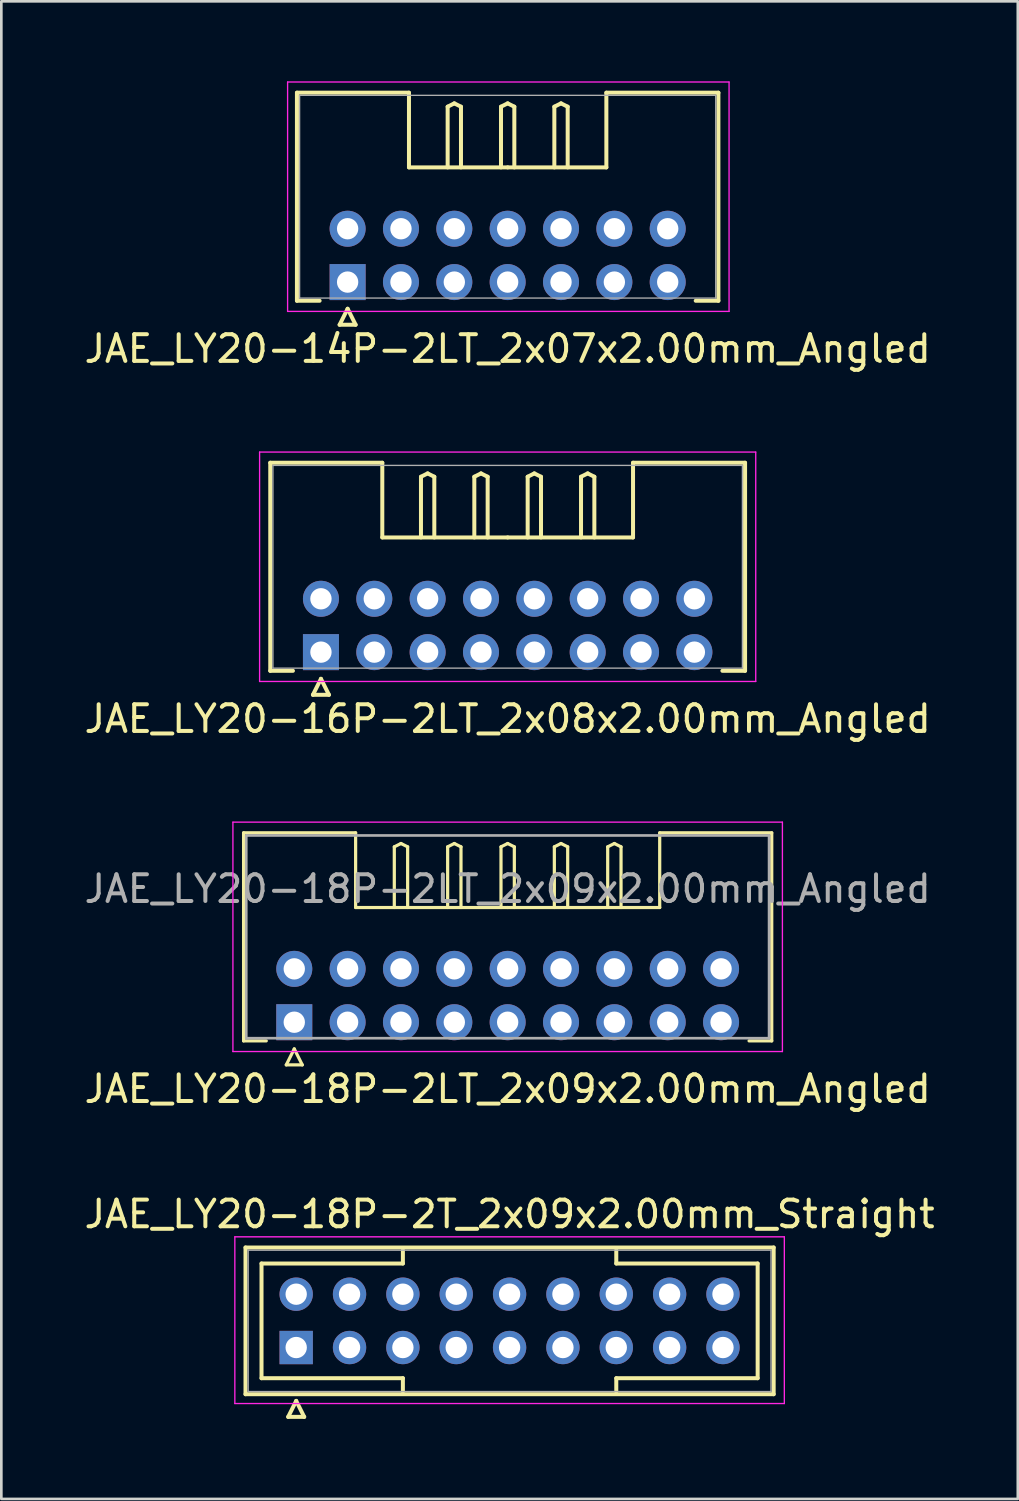
<source format=kicad_pcb>
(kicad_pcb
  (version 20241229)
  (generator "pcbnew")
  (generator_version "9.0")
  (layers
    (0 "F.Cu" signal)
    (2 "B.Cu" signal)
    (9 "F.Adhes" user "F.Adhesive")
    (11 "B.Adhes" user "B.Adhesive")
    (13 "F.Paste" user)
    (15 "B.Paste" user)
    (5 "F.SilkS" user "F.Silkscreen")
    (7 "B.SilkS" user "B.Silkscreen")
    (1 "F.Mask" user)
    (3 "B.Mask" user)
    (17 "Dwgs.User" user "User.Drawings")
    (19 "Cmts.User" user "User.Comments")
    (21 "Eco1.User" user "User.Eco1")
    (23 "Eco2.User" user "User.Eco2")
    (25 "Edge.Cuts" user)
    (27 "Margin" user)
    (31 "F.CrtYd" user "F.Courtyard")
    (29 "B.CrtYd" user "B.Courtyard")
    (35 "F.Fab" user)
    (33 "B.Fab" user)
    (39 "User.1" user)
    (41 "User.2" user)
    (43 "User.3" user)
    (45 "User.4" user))
  (footprint "JAE_LY20-14P-2LT_2x07x2.00mm_Angled"
    (layer "F.Cu")
    (at 9.982 7.525)
    (property "Reference" "JAE_LY20-14P-2LT_2x07x2.00mm_Angled" (at 6 2.5 0) (layer "F.SilkS") (effects (font (size 1 1) (thickness 0.15))))
    (attr through_hole)
    (fp_line (start -1.9 -7.1) (end 2.3 -7.1) (stroke (width 0.15) (type solid)) (layer "F.SilkS"))
    (fp_line (start -1.9 0.7) (end -1.9 -7.1) (stroke (width 0.15) (type solid)) (layer "F.SilkS"))
    (fp_line (start -1.05 0.7) (end -1.9 0.7) (stroke (width 0.15) (type solid)) (layer "F.SilkS"))
    (fp_line (start -0.3 1.6) (end 0.3 1.6) (stroke (width 0.15) (type solid)) (layer "F.SilkS"))
    (fp_line (start 0 1) (end -0.3 1.6) (stroke (width 0.15) (type solid)) (layer "F.SilkS"))
    (fp_line (start 0.3 1.6) (end 0 1) (stroke (width 0.15) (type solid)) (layer "F.SilkS"))
    (fp_line (start 2.3 -7.1) (end 2.3 -4.3) (stroke (width 0.15) (type solid)) (layer "F.SilkS"))
    (fp_line (start 2.3 -4.3) (end 6 -4.3) (stroke (width 0.15) (type solid)) (layer "F.SilkS"))
    (fp_line (start 3.75 -6.575) (end 4 -6.7) (stroke (width 0.15) (type solid)) (layer "F.SilkS"))
    (fp_line (start 3.75 -4.3) (end 3.75 -6.575) (stroke (width 0.15) (type solid)) (layer "F.SilkS"))
    (fp_line (start 4 -6.7) (end 4.25 -6.575) (stroke (width 0.15) (type solid)) (layer "F.SilkS"))
    (fp_line (start 4.25 -6.575) (end 4.25 -4.3) (stroke (width 0.15) (type solid)) (layer "F.SilkS"))
    (fp_line (start 5.75 -6.575) (end 6 -6.7) (stroke (width 0.15) (type solid)) (layer "F.SilkS"))
    (fp_line (start 5.75 -4.3) (end 5.75 -6.575) (stroke (width 0.15) (type solid)) (layer "F.SilkS"))
    (fp_line (start 6 -6.7) (end 6.25 -6.575) (stroke (width 0.15) (type solid)) (layer "F.SilkS"))
    (fp_line (start 6.25 -6.575) (end 6.25 -4.3) (stroke (width 0.15) (type solid)) (layer "F.SilkS"))
    (fp_line (start 7.75 -6.575) (end 8 -6.7) (stroke (width 0.15) (type solid)) (layer "F.SilkS"))
    (fp_line (start 7.75 -4.3) (end 7.75 -6.575) (stroke (width 0.15) (type solid)) (layer "F.SilkS"))
    (fp_line (start 8 -6.7) (end 8.25 -6.575) (stroke (width 0.15) (type solid)) (layer "F.SilkS"))
    (fp_line (start 8.25 -6.575) (end 8.25 -4.3) (stroke (width 0.15) (type solid)) (layer "F.SilkS"))
    (fp_line (start 9.7 -7.1) (end 9.7 -4.3) (stroke (width 0.15) (type solid)) (layer "F.SilkS"))
    (fp_line (start 9.7 -4.3) (end 6 -4.3) (stroke (width 0.15) (type solid)) (layer "F.SilkS"))
    (fp_line (start 13.05 0.7) (end 13.9 0.7) (stroke (width 0.15) (type solid)) (layer "F.SilkS"))
    (fp_line (start 13.9 -7.1) (end 9.7 -7.1) (stroke (width 0.15) (type solid)) (layer "F.SilkS"))
    (fp_line (start 13.9 0.7) (end 13.9 -7.1) (stroke (width 0.15) (type solid)) (layer "F.SilkS"))
    (fp_line (start -2.25 -7.5) (end -2.25 1.1) (stroke (width 0.05) (type solid)) (layer "F.CrtYd"))
    (fp_line (start -2.25 1.1) (end 14.3 1.1) (stroke (width 0.05) (type solid)) (layer "F.CrtYd"))
    (fp_line (start 14.3 -7.5) (end -2.25 -7.5) (stroke (width 0.05) (type solid)) (layer "F.CrtYd"))
    (fp_line (start 14.3 1.1) (end 14.3 -7.5) (stroke (width 0.05) (type solid)) (layer "F.CrtYd"))
    (fp_line (start -1.8 -7) (end -1.8 0.6) (stroke (width 0.05) (type solid)) (layer "F.Fab"))
    (fp_line (start -1.8 0.6) (end 13.8 0.6) (stroke (width 0.05) (type solid)) (layer "F.Fab"))
    (fp_line (start 13.8 -7) (end -1.8 -7) (stroke (width 0.05) (type solid)) (layer "F.Fab"))
    (fp_line (start 13.8 0.6) (end 13.8 -7) (stroke (width 0.05) (type solid)) (layer "F.Fab"))
    (pad "1" thru_hole rect (at 0 0) (size 1.35 1.35) (drill 0.8) (layers "*.Cu" "*.Mask"))
    (pad "2" thru_hole circle (at 2 0) (size 1.35 1.35) (drill 0.8) (layers "*.Cu" "*.Mask"))
    (pad "3" thru_hole circle (at 4 0) (size 1.35 1.35) (drill 0.8) (layers "*.Cu" "*.Mask"))
    (pad "4" thru_hole circle (at 6 0) (size 1.35 1.35) (drill 0.8) (layers "*.Cu" "*.Mask"))
    (pad "5" thru_hole circle (at 8 0) (size 1.35 1.35) (drill 0.8) (layers "*.Cu" "*.Mask"))
    (pad "6" thru_hole circle (at 10 0) (size 1.35 1.35) (drill 0.8) (layers "*.Cu" "*.Mask"))
    (pad "7" thru_hole circle (at 12 0) (size 1.35 1.35) (drill 0.8) (layers "*.Cu" "*.Mask"))
    (pad "8" thru_hole circle (at 0 -2) (size 1.35 1.35) (drill 0.8) (layers "*.Cu" "*.Mask"))
    (pad "9" thru_hole circle (at 2 -2) (size 1.35 1.35) (drill 0.8) (layers "*.Cu" "*.Mask"))
    (pad "10" thru_hole circle (at 4 -2) (size 1.35 1.35) (drill 0.8) (layers "*.Cu" "*.Mask"))
    (pad "11" thru_hole circle (at 6 -2) (size 1.35 1.35) (drill 0.8) (layers "*.Cu" "*.Mask"))
    (pad "12" thru_hole circle (at 8 -2) (size 1.35 1.35) (drill 0.8) (layers "*.Cu" "*.Mask"))
    (pad "13" thru_hole circle (at 10 -2) (size 1.35 1.35) (drill 0.8) (layers "*.Cu" "*.Mask"))
    (pad "14" thru_hole circle (at 12 -2) (size 1.35 1.35) (drill 0.8) (layers "*.Cu" "*.Mask")))
  (footprint "JAE_LY20-16P-2LT_2x08x2.00mm_Angled"
    (layer "F.Cu")
    (at 8.982 21.398)
    (property "Reference" "JAE_LY20-16P-2LT_2x08x2.00mm_Angled" (at 7 2.5 0) (layer "F.SilkS") (effects (font (size 1 1) (thickness 0.15))))
    (attr through_hole)
    (fp_line (start -1.9 -7.1) (end 2.3 -7.1) (stroke (width 0.15) (type solid)) (layer "F.SilkS"))
    (fp_line (start -1.9 0.7) (end -1.9 -7.1) (stroke (width 0.15) (type solid)) (layer "F.SilkS"))
    (fp_line (start -1.05 0.7) (end -1.9 0.7) (stroke (width 0.15) (type solid)) (layer "F.SilkS"))
    (fp_line (start -0.3 1.6) (end 0.3 1.6) (stroke (width 0.15) (type solid)) (layer "F.SilkS"))
    (fp_line (start 0 1) (end -0.3 1.6) (stroke (width 0.15) (type solid)) (layer "F.SilkS"))
    (fp_line (start 0.3 1.6) (end 0 1) (stroke (width 0.15) (type solid)) (layer "F.SilkS"))
    (fp_line (start 2.3 -7.1) (end 2.3 -4.3) (stroke (width 0.15) (type solid)) (layer "F.SilkS"))
    (fp_line (start 2.3 -4.3) (end 7 -4.3) (stroke (width 0.15) (type solid)) (layer "F.SilkS"))
    (fp_line (start 3.75 -6.575) (end 4 -6.7) (stroke (width 0.15) (type solid)) (layer "F.SilkS"))
    (fp_line (start 3.75 -4.3) (end 3.75 -6.575) (stroke (width 0.15) (type solid)) (layer "F.SilkS"))
    (fp_line (start 4 -6.7) (end 4.25 -6.575) (stroke (width 0.15) (type solid)) (layer "F.SilkS"))
    (fp_line (start 4.25 -6.575) (end 4.25 -4.3) (stroke (width 0.15) (type solid)) (layer "F.SilkS"))
    (fp_line (start 5.75 -6.575) (end 6 -6.7) (stroke (width 0.15) (type solid)) (layer "F.SilkS"))
    (fp_line (start 5.75 -4.3) (end 5.75 -6.575) (stroke (width 0.15) (type solid)) (layer "F.SilkS"))
    (fp_line (start 6 -6.7) (end 6.25 -6.575) (stroke (width 0.15) (type solid)) (layer "F.SilkS"))
    (fp_line (start 6.25 -6.575) (end 6.25 -4.3) (stroke (width 0.15) (type solid)) (layer "F.SilkS"))
    (fp_line (start 7.75 -6.575) (end 8 -6.7) (stroke (width 0.15) (type solid)) (layer "F.SilkS"))
    (fp_line (start 7.75 -4.3) (end 7.75 -6.575) (stroke (width 0.15) (type solid)) (layer "F.SilkS"))
    (fp_line (start 8 -6.7) (end 8.25 -6.575) (stroke (width 0.15) (type solid)) (layer "F.SilkS"))
    (fp_line (start 8.25 -6.575) (end 8.25 -4.3) (stroke (width 0.15) (type solid)) (layer "F.SilkS"))
    (fp_line (start 9.75 -6.575) (end 10 -6.7) (stroke (width 0.15) (type solid)) (layer "F.SilkS"))
    (fp_line (start 9.75 -4.3) (end 9.75 -6.575) (stroke (width 0.15) (type solid)) (layer "F.SilkS"))
    (fp_line (start 10 -6.7) (end 10.25 -6.575) (stroke (width 0.15) (type solid)) (layer "F.SilkS"))
    (fp_line (start 10.25 -6.575) (end 10.25 -4.3) (stroke (width 0.15) (type solid)) (layer "F.SilkS"))
    (fp_line (start 11.7 -7.1) (end 11.7 -4.3) (stroke (width 0.15) (type solid)) (layer "F.SilkS"))
    (fp_line (start 11.7 -4.3) (end 7 -4.3) (stroke (width 0.15) (type solid)) (layer "F.SilkS"))
    (fp_line (start 15.05 0.7) (end 15.9 0.7) (stroke (width 0.15) (type solid)) (layer "F.SilkS"))
    (fp_line (start 15.9 -7.1) (end 11.7 -7.1) (stroke (width 0.15) (type solid)) (layer "F.SilkS"))
    (fp_line (start 15.9 0.7) (end 15.9 -7.1) (stroke (width 0.15) (type solid)) (layer "F.SilkS"))
    (fp_line (start -2.3 -7.5) (end -2.3 1.1) (stroke (width 0.05) (type solid)) (layer "F.CrtYd"))
    (fp_line (start -2.3 1.1) (end 16.3 1.1) (stroke (width 0.05) (type solid)) (layer "F.CrtYd"))
    (fp_line (start 16.3 -7.5) (end -2.3 -7.5) (stroke (width 0.05) (type solid)) (layer "F.CrtYd"))
    (fp_line (start 16.3 1.1) (end 16.3 -7.5) (stroke (width 0.05) (type solid)) (layer "F.CrtYd"))
    (fp_line (start -1.8 -7) (end -1.8 0.6) (stroke (width 0.05) (type solid)) (layer "F.Fab"))
    (fp_line (start -1.8 0.6) (end 15.8 0.6) (stroke (width 0.05) (type solid)) (layer "F.Fab"))
    (fp_line (start 15.8 -7) (end -1.8 -7) (stroke (width 0.05) (type solid)) (layer "F.Fab"))
    (fp_line (start 15.8 0.6) (end 15.8 -7) (stroke (width 0.05) (type solid)) (layer "F.Fab"))
    (pad "1" thru_hole rect (at 0 0) (size 1.35 1.35) (drill 0.8) (layers "*.Cu" "*.Mask"))
    (pad "2" thru_hole circle (at 2 0) (size 1.35 1.35) (drill 0.8) (layers "*.Cu" "*.Mask"))
    (pad "3" thru_hole circle (at 4 0) (size 1.35 1.35) (drill 0.8) (layers "*.Cu" "*.Mask"))
    (pad "4" thru_hole circle (at 6 0) (size 1.35 1.35) (drill 0.8) (layers "*.Cu" "*.Mask"))
    (pad "5" thru_hole circle (at 8 0) (size 1.35 1.35) (drill 0.8) (layers "*.Cu" "*.Mask"))
    (pad "6" thru_hole circle (at 10 0) (size 1.35 1.35) (drill 0.8) (layers "*.Cu" "*.Mask"))
    (pad "7" thru_hole circle (at 12 0) (size 1.35 1.35) (drill 0.8) (layers "*.Cu" "*.Mask"))
    (pad "8" thru_hole circle (at 14 0) (size 1.35 1.35) (drill 0.8) (layers "*.Cu" "*.Mask"))
    (pad "9" thru_hole circle (at 0 -2) (size 1.35 1.35) (drill 0.8) (layers "*.Cu" "*.Mask"))
    (pad "10" thru_hole circle (at 2 -2) (size 1.35 1.35) (drill 0.8) (layers "*.Cu" "*.Mask"))
    (pad "11" thru_hole circle (at 4 -2) (size 1.35 1.35) (drill 0.8) (layers "*.Cu" "*.Mask"))
    (pad "12" thru_hole circle (at 6 -2) (size 1.35 1.35) (drill 0.8) (layers "*.Cu" "*.Mask"))
    (pad "13" thru_hole circle (at 8 -2) (size 1.35 1.35) (drill 0.8) (layers "*.Cu" "*.Mask"))
    (pad "14" thru_hole circle (at 10 -2) (size 1.35 1.35) (drill 0.8) (layers "*.Cu" "*.Mask"))
    (pad "15" thru_hole circle (at 12 -2) (size 1.35 1.35) (drill 0.8) (layers "*.Cu" "*.Mask"))
    (pad "16" thru_hole circle (at 14 -2) (size 1.35 1.35) (drill 0.8) (layers "*.Cu" "*.Mask")))
  (footprint "JAE_LY20-18P-2T_2x09x2.00mm_Straight"
    (layer "F.Cu")
    (at 8.054 47.468)
    (property "Reference" "JAE_LY20-18P-2T_2x09x2.00mm_Straight" (at 8 -5 0) (layer "F.SilkS") (effects (font (size 1 1) (thickness 0.15))))
    (attr through_hole)
    (fp_line (start -1.9 -3.75) (end -1.9 1.75) (stroke (width 0.15) (type solid)) (layer "F.SilkS"))
    (fp_line (start -1.9 1.75) (end 17.9 1.75) (stroke (width 0.15) (type solid)) (layer "F.SilkS"))
    (fp_line (start -1.3 -3.15) (end 4 -3.15) (stroke (width 0.15) (type solid)) (layer "F.SilkS"))
    (fp_line (start -1.3 1.15) (end -1.3 -3.15) (stroke (width 0.15) (type solid)) (layer "F.SilkS"))
    (fp_line (start -0.3 2.6) (end 0.3 2.6) (stroke (width 0.15) (type solid)) (layer "F.SilkS"))
    (fp_line (start 0 2) (end -0.3 2.6) (stroke (width 0.15) (type solid)) (layer "F.SilkS"))
    (fp_line (start 0.3 2.6) (end 0 2) (stroke (width 0.15) (type solid)) (layer "F.SilkS"))
    (fp_line (start 4 -3.15) (end 4 -3.65) (stroke (width 0.15) (type solid)) (layer "F.SilkS"))
    (fp_line (start 4 1.15) (end -1.3 1.15) (stroke (width 0.15) (type solid)) (layer "F.SilkS"))
    (fp_line (start 4 1.65) (end 4 1.15) (stroke (width 0.15) (type solid)) (layer "F.SilkS"))
    (fp_line (start 12 -3.15) (end 12 -3.65) (stroke (width 0.15) (type solid)) (layer "F.SilkS"))
    (fp_line (start 12 1.15) (end 17.3 1.15) (stroke (width 0.15) (type solid)) (layer "F.SilkS"))
    (fp_line (start 12 1.65) (end 12 1.15) (stroke (width 0.15) (type solid)) (layer "F.SilkS"))
    (fp_line (start 17.3 -3.15) (end 12 -3.15) (stroke (width 0.15) (type solid)) (layer "F.SilkS"))
    (fp_line (start 17.3 1.15) (end 17.3 -3.15) (stroke (width 0.15) (type solid)) (layer "F.SilkS"))
    (fp_line (start 17.9 -3.75) (end -1.9 -3.75) (stroke (width 0.15) (type solid)) (layer "F.SilkS"))
    (fp_line (start 17.9 1.75) (end 17.9 -3.75) (stroke (width 0.15) (type solid)) (layer "F.SilkS"))
    (fp_line (start -2.3 -4.15) (end -2.3 2.1) (stroke (width 0.05) (type solid)) (layer "F.CrtYd"))
    (fp_line (start -2.3 2.1) (end 18.3 2.1) (stroke (width 0.05) (type solid)) (layer "F.CrtYd"))
    (fp_line (start 18.3 -4.15) (end -2.3 -4.15) (stroke (width 0.05) (type solid)) (layer "F.CrtYd"))
    (fp_line (start 18.3 2.1) (end 18.3 -4.15) (stroke (width 0.05) (type solid)) (layer "F.CrtYd"))
    (fp_line (start -1.8 -3.65) (end -1.8 1.65) (stroke (width 0.05) (type solid)) (layer "F.Fab"))
    (fp_line (start -1.8 1.65) (end 17.8 1.65) (stroke (width 0.05) (type solid)) (layer "F.Fab"))
    (fp_line (start 17.8 -3.65) (end -1.8 -3.65) (stroke (width 0.05) (type solid)) (layer "F.Fab"))
    (fp_line (start 17.8 1.65) (end 17.8 -3.65) (stroke (width 0.05) (type solid)) (layer "F.Fab"))
    (pad "1" thru_hole rect (at 0 0) (size 1.25 1.25) (drill 0.8) (layers "*.Cu" "*.Mask"))
    (pad "2" thru_hole circle (at 2 0) (size 1.25 1.25) (drill 0.8) (layers "*.Cu" "*.Mask"))
    (pad "3" thru_hole circle (at 4 0) (size 1.25 1.25) (drill 0.8) (layers "*.Cu" "*.Mask"))
    (pad "4" thru_hole circle (at 6 0) (size 1.25 1.25) (drill 0.8) (layers "*.Cu" "*.Mask"))
    (pad "5" thru_hole circle (at 8 0) (size 1.25 1.25) (drill 0.8) (layers "*.Cu" "*.Mask"))
    (pad "6" thru_hole circle (at 10 0) (size 1.25 1.25) (drill 0.8) (layers "*.Cu" "*.Mask"))
    (pad "7" thru_hole circle (at 12 0) (size 1.25 1.25) (drill 0.8) (layers "*.Cu" "*.Mask"))
    (pad "8" thru_hole circle (at 14 0) (size 1.25 1.25) (drill 0.8) (layers "*.Cu" "*.Mask"))
    (pad "9" thru_hole circle (at 16 0) (size 1.25 1.25) (drill 0.8) (layers "*.Cu" "*.Mask"))
    (pad "10" thru_hole circle (at 0 -2) (size 1.25 1.25) (drill 0.8) (layers "*.Cu" "*.Mask"))
    (pad "11" thru_hole circle (at 2 -2) (size 1.25 1.25) (drill 0.8) (layers "*.Cu" "*.Mask"))
    (pad "12" thru_hole circle (at 4 -2) (size 1.25 1.25) (drill 0.8) (layers "*.Cu" "*.Mask"))
    (pad "13" thru_hole circle (at 6 -2) (size 1.25 1.25) (drill 0.8) (layers "*.Cu" "*.Mask"))
    (pad "14" thru_hole circle (at 8 -2) (size 1.25 1.25) (drill 0.8) (layers "*.Cu" "*.Mask"))
    (pad "15" thru_hole circle (at 10 -2) (size 1.25 1.25) (drill 0.8) (layers "*.Cu" "*.Mask"))
    (pad "16" thru_hole circle (at 12 -2) (size 1.25 1.25) (drill 0.8) (layers "*.Cu" "*.Mask"))
    (pad "17" thru_hole circle (at 14 -2) (size 1.25 1.25) (drill 0.8) (layers "*.Cu" "*.Mask"))
    (pad "18" thru_hole circle (at 16 -2) (size 1.25 1.25) (drill 0.8) (layers "*.Cu" "*.Mask")))
  (footprint "JAE_LY20-18P-2LT_2x09x2.00mm_Angled"
    (layer "F.Cu")
    (at 7.982 35.272)
    (property "Reference" "JAE_LY20-18P-2LT_2x09x2.00mm_Angled" (at 8 2.5 0) (layer "F.SilkS") (effects (font (size 1 1) (thickness 0.15))))
    (attr through_hole)
    (fp_line (start -1.9 -7.1) (end 2.3 -7.1) (stroke (width 0.12) (type solid)) (layer "F.SilkS"))
    (fp_line (start -1.9 0.7) (end -1.9 -7.1) (stroke (width 0.12) (type solid)) (layer "F.SilkS"))
    (fp_line (start -1.05 0.7) (end -1.9 0.7) (stroke (width 0.12) (type solid)) (layer "F.SilkS"))
    (fp_line (start -0.3 1.6) (end 0.3 1.6) (stroke (width 0.12) (type solid)) (layer "F.SilkS"))
    (fp_line (start 0 1) (end -0.3 1.6) (stroke (width 0.12) (type solid)) (layer "F.SilkS"))
    (fp_line (start 0.3 1.6) (end 0 1) (stroke (width 0.12) (type solid)) (layer "F.SilkS"))
    (fp_line (start 2.3 -7.1) (end 2.3 -4.3) (stroke (width 0.12) (type solid)) (layer "F.SilkS"))
    (fp_line (start 2.3 -4.3) (end 8 -4.3) (stroke (width 0.12) (type solid)) (layer "F.SilkS"))
    (fp_line (start 3.75 -6.575) (end 4 -6.7) (stroke (width 0.12) (type solid)) (layer "F.SilkS"))
    (fp_line (start 3.75 -4.3) (end 3.75 -6.575) (stroke (width 0.12) (type solid)) (layer "F.SilkS"))
    (fp_line (start 4 -6.7) (end 4.25 -6.575) (stroke (width 0.12) (type solid)) (layer "F.SilkS"))
    (fp_line (start 4.25 -6.575) (end 4.25 -4.3) (stroke (width 0.12) (type solid)) (layer "F.SilkS"))
    (fp_line (start 5.75 -6.575) (end 6 -6.7) (stroke (width 0.12) (type solid)) (layer "F.SilkS"))
    (fp_line (start 5.75 -4.3) (end 5.75 -6.575) (stroke (width 0.12) (type solid)) (layer "F.SilkS"))
    (fp_line (start 6 -6.7) (end 6.25 -6.575) (stroke (width 0.12) (type solid)) (layer "F.SilkS"))
    (fp_line (start 6.25 -6.575) (end 6.25 -4.3) (stroke (width 0.12) (type solid)) (layer "F.SilkS"))
    (fp_line (start 7.75 -6.575) (end 8 -6.7) (stroke (width 0.12) (type solid)) (layer "F.SilkS"))
    (fp_line (start 7.75 -4.3) (end 7.75 -6.575) (stroke (width 0.12) (type solid)) (layer "F.SilkS"))
    (fp_line (start 8 -6.7) (end 8.25 -6.575) (stroke (width 0.12) (type solid)) (layer "F.SilkS"))
    (fp_line (start 8.25 -6.575) (end 8.25 -4.3) (stroke (width 0.12) (type solid)) (layer "F.SilkS"))
    (fp_line (start 9.75 -6.575) (end 10 -6.7) (stroke (width 0.12) (type solid)) (layer "F.SilkS"))
    (fp_line (start 9.75 -4.3) (end 9.75 -6.575) (stroke (width 0.12) (type solid)) (layer "F.SilkS"))
    (fp_line (start 10 -6.7) (end 10.25 -6.575) (stroke (width 0.12) (type solid)) (layer "F.SilkS"))
    (fp_line (start 10.25 -6.575) (end 10.25 -4.3) (stroke (width 0.12) (type solid)) (layer "F.SilkS"))
    (fp_line (start 11.75 -6.575) (end 12 -6.7) (stroke (width 0.12) (type solid)) (layer "F.SilkS"))
    (fp_line (start 11.75 -4.3) (end 11.75 -6.575) (stroke (width 0.12) (type solid)) (layer "F.SilkS"))
    (fp_line (start 12 -6.7) (end 12.25 -6.575) (stroke (width 0.12) (type solid)) (layer "F.SilkS"))
    (fp_line (start 12.25 -6.575) (end 12.25 -4.3) (stroke (width 0.12) (type solid)) (layer "F.SilkS"))
    (fp_line (start 13.7 -7.1) (end 13.7 -4.3) (stroke (width 0.12) (type solid)) (layer "F.SilkS"))
    (fp_line (start 13.7 -4.3) (end 8 -4.3) (stroke (width 0.12) (type solid)) (layer "F.SilkS"))
    (fp_line (start 17.05 0.7) (end 17.9 0.7) (stroke (width 0.12) (type solid)) (layer "F.SilkS"))
    (fp_line (start 17.9 -7.1) (end 13.7 -7.1) (stroke (width 0.12) (type solid)) (layer "F.SilkS"))
    (fp_line (start 17.9 0.7) (end 17.9 -7.1) (stroke (width 0.12) (type solid)) (layer "F.SilkS"))
    (fp_line (start -2.3 -7.5) (end -2.3 1.1) (stroke (width 0.05) (type solid)) (layer "F.CrtYd"))
    (fp_line (start -2.3 1.1) (end 18.3 1.1) (stroke (width 0.05) (type solid)) (layer "F.CrtYd"))
    (fp_line (start 18.3 -7.5) (end -2.3 -7.5) (stroke (width 0.05) (type solid)) (layer "F.CrtYd"))
    (fp_line (start 18.3 1.1) (end 18.3 -7.5) (stroke (width 0.05) (type solid)) (layer "F.CrtYd"))
    (fp_line (start -1.8 -7) (end -1.8 0.6) (stroke (width 0.1) (type solid)) (layer "F.Fab"))
    (fp_line (start -1.8 0.6) (end 17.8 0.6) (stroke (width 0.1) (type solid)) (layer "F.Fab"))
    (fp_line (start 17.8 -7) (end -1.8 -7) (stroke (width 0.1) (type solid)) (layer "F.Fab"))
    (fp_line (start 17.8 0.6) (end 17.8 -7) (stroke (width 0.1) (type solid)) (layer "F.Fab"))
    (fp_text user "${REFERENCE}" (at 8 -5 0) (layer "F.Fab") (effects (font (size 1 1) (thickness 0.15))))
    (pad "1" thru_hole rect (at 0 0) (size 1.35 1.35) (drill 0.8) (layers "*.Cu" "*.Mask"))
    (pad "2" thru_hole circle (at 2 0) (size 1.35 1.35) (drill 0.8) (layers "*.Cu" "*.Mask"))
    (pad "3" thru_hole circle (at 4 0) (size 1.35 1.35) (drill 0.8) (layers "*.Cu" "*.Mask"))
    (pad "4" thru_hole circle (at 6 0) (size 1.35 1.35) (drill 0.8) (layers "*.Cu" "*.Mask"))
    (pad "5" thru_hole circle (at 8 0) (size 1.35 1.35) (drill 0.8) (layers "*.Cu" "*.Mask"))
    (pad "6" thru_hole circle (at 10 0) (size 1.35 1.35) (drill 0.8) (layers "*.Cu" "*.Mask"))
    (pad "7" thru_hole circle (at 12 0) (size 1.35 1.35) (drill 0.8) (layers "*.Cu" "*.Mask"))
    (pad "8" thru_hole circle (at 14 0) (size 1.35 1.35) (drill 0.8) (layers "*.Cu" "*.Mask"))
    (pad "9" thru_hole circle (at 16 0) (size 1.35 1.35) (drill 0.8) (layers "*.Cu" "*.Mask"))
    (pad "10" thru_hole circle (at 0 -2) (size 1.35 1.35) (drill 0.8) (layers "*.Cu" "*.Mask"))
    (pad "11" thru_hole circle (at 2 -2) (size 1.35 1.35) (drill 0.8) (layers "*.Cu" "*.Mask"))
    (pad "12" thru_hole circle (at 4 -2) (size 1.35 1.35) (drill 0.8) (layers "*.Cu" "*.Mask"))
    (pad "13" thru_hole circle (at 6 -2) (size 1.35 1.35) (drill 0.8) (layers "*.Cu" "*.Mask"))
    (pad "14" thru_hole circle (at 8 -2) (size 1.35 1.35) (drill 0.8) (layers "*.Cu" "*.Mask"))
    (pad "15" thru_hole circle (at 10 -2) (size 1.35 1.35) (drill 0.8) (layers "*.Cu" "*.Mask"))
    (pad "16" thru_hole circle (at 12 -2) (size 1.35 1.35) (drill 0.8) (layers "*.Cu" "*.Mask"))
    (pad "17" thru_hole circle (at 14 -2) (size 1.35 1.35) (drill 0.8) (layers "*.Cu" "*.Mask"))
    (pad "18" thru_hole circle (at 16 -2) (size 1.35 1.35) (drill 0.8) (layers "*.Cu" "*.Mask")))
  (gr_rect
    (start -3 -3)
    (end 35.107 53.143)
    (stroke (width 0.1) (type default))
    (fill no)
    (layer "Edge.Cuts")))
</source>
